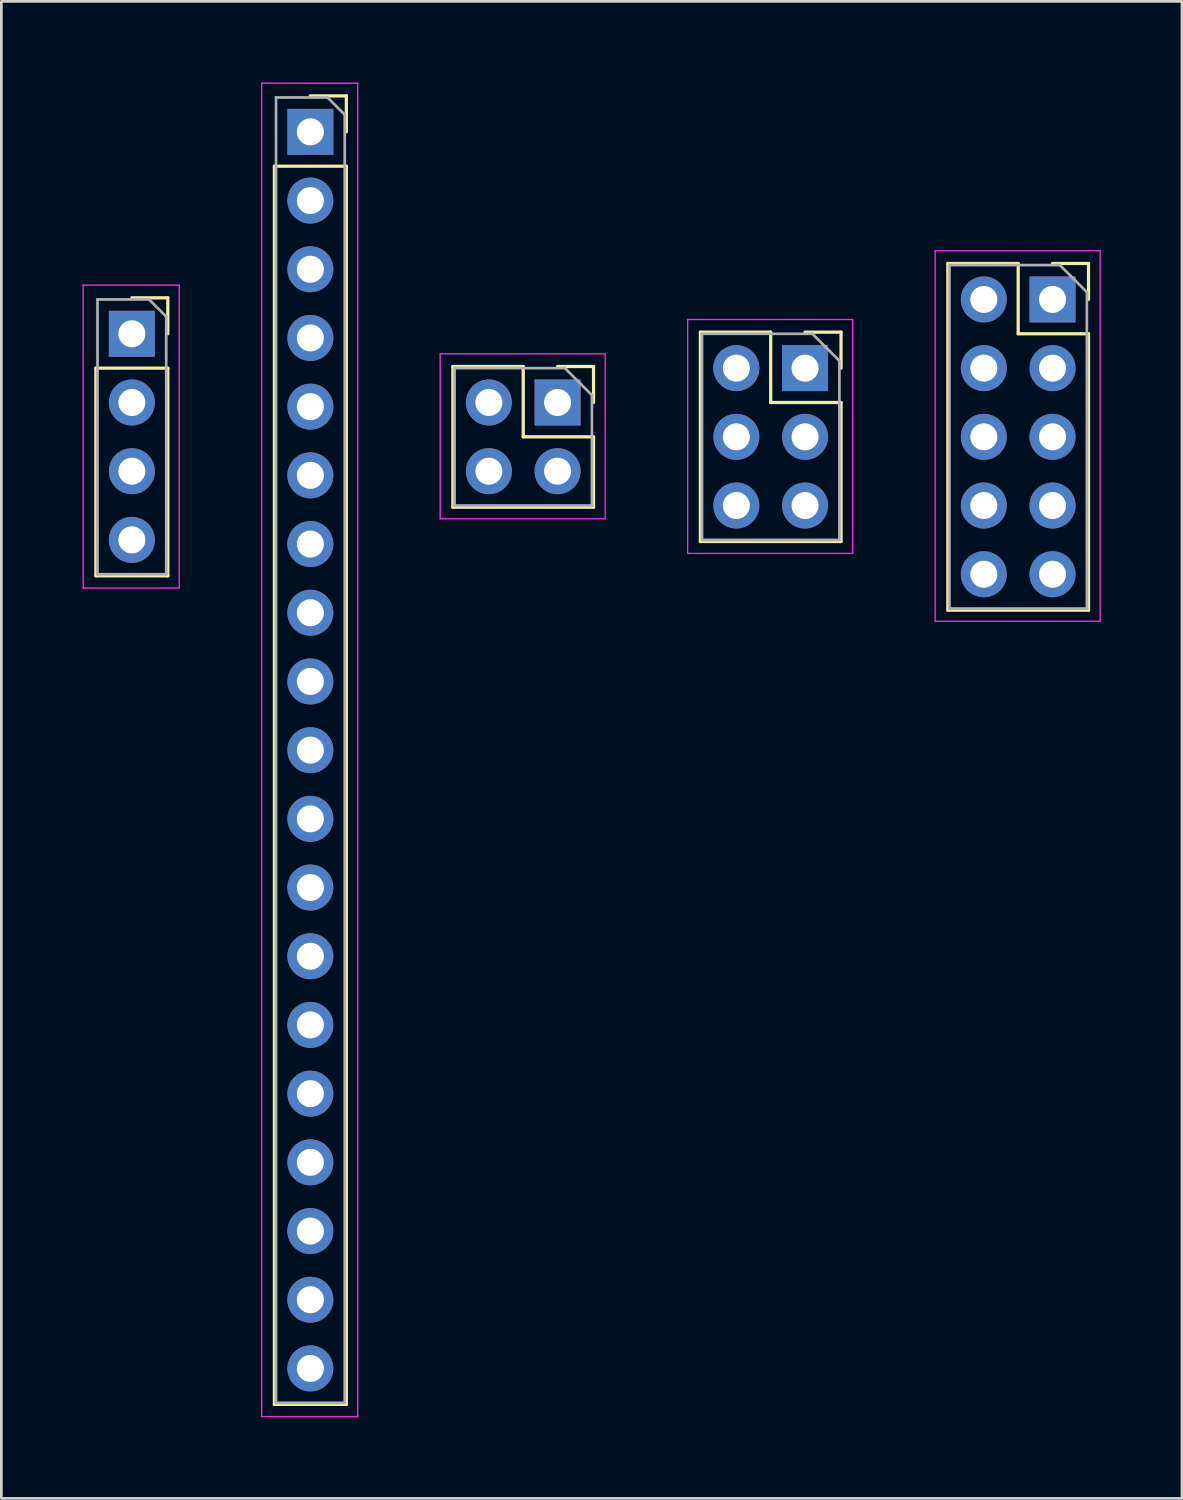
<source format=kicad_pcb>
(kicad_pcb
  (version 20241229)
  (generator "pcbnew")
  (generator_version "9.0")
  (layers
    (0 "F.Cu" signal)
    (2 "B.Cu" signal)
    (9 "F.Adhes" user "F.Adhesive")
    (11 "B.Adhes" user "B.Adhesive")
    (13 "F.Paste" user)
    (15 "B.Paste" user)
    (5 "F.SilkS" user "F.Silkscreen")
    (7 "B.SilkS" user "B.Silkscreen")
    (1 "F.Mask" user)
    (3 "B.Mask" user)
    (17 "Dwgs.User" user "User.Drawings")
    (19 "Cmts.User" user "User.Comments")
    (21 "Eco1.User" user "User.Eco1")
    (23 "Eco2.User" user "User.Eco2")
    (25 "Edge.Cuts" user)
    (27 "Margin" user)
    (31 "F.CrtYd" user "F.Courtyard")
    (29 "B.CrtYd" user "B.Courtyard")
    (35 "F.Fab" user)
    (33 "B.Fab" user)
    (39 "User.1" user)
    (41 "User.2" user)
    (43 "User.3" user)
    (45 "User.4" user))
  (footprint "PinSocket_1x19_P2.54mm_Vertical"
    (layer "F.Cu")
    (at 8.425 1.825)
    (property "Reference" "PinSocket_1x19_P2.54mm_Vertical" (at 0 -2.77 0) (layer "User.7") (effects (font (size 1 1) (thickness 0.15))))
    (attr through_hole)
    (fp_line (start -1.33 1.27) (end -1.33 47.05) (stroke (width 0.12) (type solid)) (layer "F.SilkS"))
    (fp_line (start -1.33 1.27) (end 1.33 1.27) (stroke (width 0.12) (type solid)) (layer "F.SilkS"))
    (fp_line (start -1.33 47.05) (end 1.33 47.05) (stroke (width 0.12) (type solid)) (layer "F.SilkS"))
    (fp_line (start 0 -1.33) (end 1.33 -1.33) (stroke (width 0.12) (type solid)) (layer "F.SilkS"))
    (fp_line (start 1.33 -1.33) (end 1.33 0) (stroke (width 0.12) (type solid)) (layer "F.SilkS"))
    (fp_line (start 1.33 1.27) (end 1.33 47.05) (stroke (width 0.12) (type solid)) (layer "F.SilkS"))
    (fp_line (start -1.8 -1.8) (end 1.75 -1.8) (stroke (width 0.05) (type solid)) (layer "F.CrtYd"))
    (fp_line (start -1.8 47.5) (end -1.8 -1.8) (stroke (width 0.05) (type solid)) (layer "F.CrtYd"))
    (fp_line (start 1.75 -1.8) (end 1.75 47.5) (stroke (width 0.05) (type solid)) (layer "F.CrtYd"))
    (fp_line (start 1.75 47.5) (end -1.8 47.5) (stroke (width 0.05) (type solid)) (layer "F.CrtYd"))
    (fp_line (start -1.27 -1.27) (end 0.635 -1.27) (stroke (width 0.1) (type solid)) (layer "F.Fab"))
    (fp_line (start -1.27 46.99) (end -1.27 -1.27) (stroke (width 0.1) (type solid)) (layer "F.Fab"))
    (fp_line (start 0.635 -1.27) (end 1.27 -0.635) (stroke (width 0.1) (type solid)) (layer "F.Fab"))
    (fp_line (start 1.27 -0.635) (end 1.27 46.99) (stroke (width 0.1) (type solid)) (layer "F.Fab"))
    (fp_line (start 1.27 46.99) (end -1.27 46.99) (stroke (width 0.1) (type solid)) (layer "F.Fab"))
    (fp_text user "${REFERENCE}" (at 0 22.86 90) (layer "User.3") (effects (font (size 1 1) (thickness 0.15))))
    (pad "1" thru_hole rect (at 0 0) (size 1.7 1.7) (drill 1) (layers "*.Cu" "*.Mask"))
    (pad "2" thru_hole oval (at 0 2.54) (size 1.7 1.7) (drill 1) (layers "*.Cu" "*.Mask"))
    (pad "3" thru_hole oval (at 0 5.08) (size 1.7 1.7) (drill 1) (layers "*.Cu" "*.Mask"))
    (pad "4" thru_hole oval (at 0 7.62) (size 1.7 1.7) (drill 1) (layers "*.Cu" "*.Mask"))
    (pad "5" thru_hole oval (at 0 10.16) (size 1.7 1.7) (drill 1) (layers "*.Cu" "*.Mask"))
    (pad "6" thru_hole oval (at 0 12.7) (size 1.7 1.7) (drill 1) (layers "*.Cu" "*.Mask"))
    (pad "7" thru_hole oval (at 0 15.24) (size 1.7 1.7) (drill 1) (layers "*.Cu" "*.Mask"))
    (pad "8" thru_hole oval (at 0 17.78) (size 1.7 1.7) (drill 1) (layers "*.Cu" "*.Mask"))
    (pad "9" thru_hole oval (at 0 20.32) (size 1.7 1.7) (drill 1) (layers "*.Cu" "*.Mask"))
    (pad "10" thru_hole oval (at 0 22.86) (size 1.7 1.7) (drill 1) (layers "*.Cu" "*.Mask"))
    (pad "11" thru_hole oval (at 0 25.4) (size 1.7 1.7) (drill 1) (layers "*.Cu" "*.Mask"))
    (pad "12" thru_hole oval (at 0 27.94) (size 1.7 1.7) (drill 1) (layers "*.Cu" "*.Mask"))
    (pad "13" thru_hole oval (at 0 30.48) (size 1.7 1.7) (drill 1) (layers "*.Cu" "*.Mask"))
    (pad "14" thru_hole oval (at 0 33.02) (size 1.7 1.7) (drill 1) (layers "*.Cu" "*.Mask"))
    (pad "15" thru_hole oval (at 0 35.56) (size 1.7 1.7) (drill 1) (layers "*.Cu" "*.Mask"))
    (pad "16" thru_hole oval (at 0 38.1) (size 1.7 1.7) (drill 1) (layers "*.Cu" "*.Mask"))
    (pad "17" thru_hole oval (at 0 40.64) (size 1.7 1.7) (drill 1) (layers "*.Cu" "*.Mask"))
    (pad "18" thru_hole oval (at 0 43.18) (size 1.7 1.7) (drill 1) (layers "*.Cu" "*.Mask"))
    (pad "19" thru_hole oval (at 0 45.72) (size 1.7 1.7) (drill 1) (layers "*.Cu" "*.Mask")))
  (footprint "PinSocket_1x04_P2.54mm_Vertical"
    (layer "F.Cu")
    (at 1.825 9.291)
    (property "Reference" "PinSocket_1x04_P2.54mm_Vertical" (at 0 -2.77 180) (layer "User.7") (effects (font (size 1 1) (thickness 0.15))))
    (attr through_hole)
    (fp_line (start -1.33 1.27) (end -1.33 8.95) (stroke (width 0.12) (type solid)) (layer "F.SilkS"))
    (fp_line (start -1.33 1.27) (end 1.33 1.27) (stroke (width 0.12) (type solid)) (layer "F.SilkS"))
    (fp_line (start -1.33 8.95) (end 1.33 8.95) (stroke (width 0.12) (type solid)) (layer "F.SilkS"))
    (fp_line (start 0 -1.33) (end 1.33 -1.33) (stroke (width 0.12) (type solid)) (layer "F.SilkS"))
    (fp_line (start 1.33 -1.33) (end 1.33 0) (stroke (width 0.12) (type solid)) (layer "F.SilkS"))
    (fp_line (start 1.33 1.27) (end 1.33 8.95) (stroke (width 0.12) (type solid)) (layer "F.SilkS"))
    (fp_line (start -1.8 -1.8) (end 1.75 -1.8) (stroke (width 0.05) (type solid)) (layer "F.CrtYd"))
    (fp_line (start -1.8 9.4) (end -1.8 -1.8) (stroke (width 0.05) (type solid)) (layer "F.CrtYd"))
    (fp_line (start 1.75 -1.8) (end 1.75 9.4) (stroke (width 0.05) (type solid)) (layer "F.CrtYd"))
    (fp_line (start 1.75 9.4) (end -1.8 9.4) (stroke (width 0.05) (type solid)) (layer "F.CrtYd"))
    (fp_line (start -1.27 -1.27) (end 0.635 -1.27) (stroke (width 0.1) (type solid)) (layer "F.Fab"))
    (fp_line (start -1.27 8.89) (end -1.27 -1.27) (stroke (width 0.1) (type solid)) (layer "F.Fab"))
    (fp_line (start 0.635 -1.27) (end 1.27 -0.635) (stroke (width 0.1) (type solid)) (layer "F.Fab"))
    (fp_line (start 1.27 -0.635) (end 1.27 8.89) (stroke (width 0.1) (type solid)) (layer "F.Fab"))
    (fp_line (start 1.27 8.89) (end -1.27 8.89) (stroke (width 0.1) (type solid)) (layer "F.Fab"))
    (fp_text user "${REFERENCE}" (at 0 3.81 90) (layer "User.3") (effects (font (size 1 1) (thickness 0.15))))
    (pad "1" thru_hole rect (at 0 0) (size 1.7 1.7) (drill 1) (layers "*.Cu" "*.Mask"))
    (pad "2" thru_hole oval (at 0 2.54) (size 1.7 1.7) (drill 1) (layers "*.Cu" "*.Mask"))
    (pad "3" thru_hole oval (at 0 5.08) (size 1.7 1.7) (drill 1) (layers "*.Cu" "*.Mask"))
    (pad "4" thru_hole oval (at 0 7.62) (size 1.7 1.7) (drill 1) (layers "*.Cu" "*.Mask")))
  (footprint "PinSocket_2x05_P2.54mm_Vertical"
    (layer "F.Cu")
    (at 35.865 8.021)
    (property "Reference" "PinSocket_2x05_P2.54mm_Vertical" (at -1.27 -2.77 0) (layer "User.7") (effects (font (size 1 1) (thickness 0.15))))
    (attr through_hole)
    (fp_line (start -3.87 -1.33) (end -3.87 11.49) (stroke (width 0.12) (type solid)) (layer "F.SilkS"))
    (fp_line (start -3.87 -1.33) (end -1.27 -1.33) (stroke (width 0.12) (type solid)) (layer "F.SilkS"))
    (fp_line (start -3.87 11.49) (end 1.33 11.49) (stroke (width 0.12) (type solid)) (layer "F.SilkS"))
    (fp_line (start -1.27 -1.33) (end -1.27 1.27) (stroke (width 0.12) (type solid)) (layer "F.SilkS"))
    (fp_line (start -1.27 1.27) (end 1.33 1.27) (stroke (width 0.12) (type solid)) (layer "F.SilkS"))
    (fp_line (start 0 -1.33) (end 1.33 -1.33) (stroke (width 0.12) (type solid)) (layer "F.SilkS"))
    (fp_line (start 1.33 -1.33) (end 1.33 0) (stroke (width 0.12) (type solid)) (layer "F.SilkS"))
    (fp_line (start 1.33 1.27) (end 1.33 11.49) (stroke (width 0.12) (type solid)) (layer "F.SilkS"))
    (fp_line (start -4.34 -1.8) (end 1.76 -1.8) (stroke (width 0.05) (type solid)) (layer "F.CrtYd"))
    (fp_line (start -4.34 11.9) (end -4.34 -1.8) (stroke (width 0.05) (type solid)) (layer "F.CrtYd"))
    (fp_line (start 1.76 -1.8) (end 1.76 11.9) (stroke (width 0.05) (type solid)) (layer "F.CrtYd"))
    (fp_line (start 1.76 11.9) (end -4.34 11.9) (stroke (width 0.05) (type solid)) (layer "F.CrtYd"))
    (fp_line (start -3.81 -1.27) (end 0.27 -1.27) (stroke (width 0.1) (type solid)) (layer "F.Fab"))
    (fp_line (start -3.81 11.43) (end -3.81 -1.27) (stroke (width 0.1) (type solid)) (layer "F.Fab"))
    (fp_line (start 0.27 -1.27) (end 1.27 -0.27) (stroke (width 0.1) (type solid)) (layer "F.Fab"))
    (fp_line (start 1.27 -0.27) (end 1.27 11.43) (stroke (width 0.1) (type solid)) (layer "F.Fab"))
    (fp_line (start 1.27 11.43) (end -3.81 11.43) (stroke (width 0.1) (type solid)) (layer "F.Fab"))
    (fp_text user "${REFERENCE}" (at -1.27 5.08 270) (layer "User.3") (effects (font (size 1 1) (thickness 0.15))))
    (pad "1" thru_hole rect (at 0 0) (size 1.7 1.7) (drill 1) (layers "*.Cu" "*.Mask"))
    (pad "2" thru_hole oval (at -2.54 0) (size 1.7 1.7) (drill 1) (layers "*.Cu" "*.Mask"))
    (pad "3" thru_hole oval (at 0 2.54) (size 1.7 1.7) (drill 1) (layers "*.Cu" "*.Mask"))
    (pad "4" thru_hole oval (at -2.54 2.54) (size 1.7 1.7) (drill 1) (layers "*.Cu" "*.Mask"))
    (pad "5" thru_hole oval (at 0 5.08) (size 1.7 1.7) (drill 1) (layers "*.Cu" "*.Mask"))
    (pad "6" thru_hole oval (at -2.54 5.08) (size 1.7 1.7) (drill 1) (layers "*.Cu" "*.Mask"))
    (pad "7" thru_hole oval (at 0 7.62) (size 1.7 1.7) (drill 1) (layers "*.Cu" "*.Mask"))
    (pad "8" thru_hole oval (at -2.54 7.62) (size 1.7 1.7) (drill 1) (layers "*.Cu" "*.Mask"))
    (pad "9" thru_hole oval (at 0 10.16) (size 1.7 1.7) (drill 1) (layers "*.Cu" "*.Mask"))
    (pad "10" thru_hole oval (at -2.54 10.16) (size 1.7 1.7) (drill 1) (layers "*.Cu" "*.Mask")))
  (footprint "PinSocket_2x03_P2.54mm_Vertical"
    (layer "F.Cu")
    (at 26.715 10.561)
    (property "Reference" "PinSocket_2x03_P2.54mm_Vertical" (at -1.27 -2.77 0) (layer "User.7") (effects (font (size 1 1) (thickness 0.15))))
    (attr through_hole)
    (fp_line (start -3.87 -1.33) (end -3.87 6.41) (stroke (width 0.12) (type solid)) (layer "F.SilkS"))
    (fp_line (start -3.87 -1.33) (end -1.27 -1.33) (stroke (width 0.12) (type solid)) (layer "F.SilkS"))
    (fp_line (start -3.87 6.41) (end 1.33 6.41) (stroke (width 0.12) (type solid)) (layer "F.SilkS"))
    (fp_line (start -1.27 -1.33) (end -1.27 1.27) (stroke (width 0.12) (type solid)) (layer "F.SilkS"))
    (fp_line (start -1.27 1.27) (end 1.33 1.27) (stroke (width 0.12) (type solid)) (layer "F.SilkS"))
    (fp_line (start 0 -1.33) (end 1.33 -1.33) (stroke (width 0.12) (type solid)) (layer "F.SilkS"))
    (fp_line (start 1.33 -1.33) (end 1.33 0) (stroke (width 0.12) (type solid)) (layer "F.SilkS"))
    (fp_line (start 1.33 1.27) (end 1.33 6.41) (stroke (width 0.12) (type solid)) (layer "F.SilkS"))
    (fp_line (start -4.34 -1.8) (end 1.76 -1.8) (stroke (width 0.05) (type solid)) (layer "F.CrtYd"))
    (fp_line (start -4.34 6.85) (end -4.34 -1.8) (stroke (width 0.05) (type solid)) (layer "F.CrtYd"))
    (fp_line (start 1.76 -1.8) (end 1.76 6.85) (stroke (width 0.05) (type solid)) (layer "F.CrtYd"))
    (fp_line (start 1.76 6.85) (end -4.34 6.85) (stroke (width 0.05) (type solid)) (layer "F.CrtYd"))
    (fp_line (start -3.81 -1.27) (end 0.27 -1.27) (stroke (width 0.1) (type solid)) (layer "F.Fab"))
    (fp_line (start -3.81 6.35) (end -3.81 -1.27) (stroke (width 0.1) (type solid)) (layer "F.Fab"))
    (fp_line (start 0.27 -1.27) (end 1.27 -0.27) (stroke (width 0.1) (type solid)) (layer "F.Fab"))
    (fp_line (start 1.27 -0.27) (end 1.27 6.35) (stroke (width 0.1) (type solid)) (layer "F.Fab"))
    (fp_line (start 1.27 6.35) (end -3.81 6.35) (stroke (width 0.1) (type solid)) (layer "F.Fab"))
    (fp_text user "${REFERENCE}" (at -1.27 2.54 90) (layer "User.3") (effects (font (size 1 1) (thickness 0.15))))
    (pad "1" thru_hole rect (at 0 0) (size 1.7 1.7) (drill 1) (layers "*.Cu" "*.Mask"))
    (pad "2" thru_hole oval (at -2.54 0) (size 1.7 1.7) (drill 1) (layers "*.Cu" "*.Mask"))
    (pad "3" thru_hole oval (at 0 2.54) (size 1.7 1.7) (drill 1) (layers "*.Cu" "*.Mask"))
    (pad "4" thru_hole oval (at -2.54 2.54) (size 1.7 1.7) (drill 1) (layers "*.Cu" "*.Mask"))
    (pad "5" thru_hole oval (at 0 5.08) (size 1.7 1.7) (drill 1) (layers "*.Cu" "*.Mask"))
    (pad "6" thru_hole oval (at -2.54 5.08) (size 1.7 1.7) (drill 1) (layers "*.Cu" "*.Mask")))
  (footprint "PinSocket_2x02_P2.54mm_Vertical"
    (layer "F.Cu")
    (at 17.565 11.831)
    (property "Reference" "PinSocket_2x02_P2.54mm_Vertical" (at -1.27 -2.77 0) (layer "User.7") (effects (font (size 1 1) (thickness 0.15))))
    (attr through_hole)
    (fp_line (start -3.87 -1.33) (end -3.87 3.87) (stroke (width 0.12) (type solid)) (layer "F.SilkS"))
    (fp_line (start -3.87 -1.33) (end -1.27 -1.33) (stroke (width 0.12) (type solid)) (layer "F.SilkS"))
    (fp_line (start -3.87 3.87) (end 1.33 3.87) (stroke (width 0.12) (type solid)) (layer "F.SilkS"))
    (fp_line (start -1.27 -1.33) (end -1.27 1.27) (stroke (width 0.12) (type solid)) (layer "F.SilkS"))
    (fp_line (start -1.27 1.27) (end 1.33 1.27) (stroke (width 0.12) (type solid)) (layer "F.SilkS"))
    (fp_line (start 0 -1.33) (end 1.33 -1.33) (stroke (width 0.12) (type solid)) (layer "F.SilkS"))
    (fp_line (start 1.33 -1.33) (end 1.33 0) (stroke (width 0.12) (type solid)) (layer "F.SilkS"))
    (fp_line (start 1.33 1.27) (end 1.33 3.87) (stroke (width 0.12) (type solid)) (layer "F.SilkS"))
    (fp_line (start -4.34 -1.8) (end 1.76 -1.8) (stroke (width 0.05) (type solid)) (layer "F.CrtYd"))
    (fp_line (start -4.34 4.3) (end -4.34 -1.8) (stroke (width 0.05) (type solid)) (layer "F.CrtYd"))
    (fp_line (start 1.76 -1.8) (end 1.76 4.3) (stroke (width 0.05) (type solid)) (layer "F.CrtYd"))
    (fp_line (start 1.76 4.3) (end -4.34 4.3) (stroke (width 0.05) (type solid)) (layer "F.CrtYd"))
    (fp_line (start -3.81 -1.27) (end 0.27 -1.27) (stroke (width 0.1) (type solid)) (layer "F.Fab"))
    (fp_line (start -3.81 3.81) (end -3.81 -1.27) (stroke (width 0.1) (type solid)) (layer "F.Fab"))
    (fp_line (start 0.27 -1.27) (end 1.27 -0.27) (stroke (width 0.1) (type solid)) (layer "F.Fab"))
    (fp_line (start 1.27 -0.27) (end 1.27 3.81) (stroke (width 0.1) (type solid)) (layer "F.Fab"))
    (fp_line (start 1.27 3.81) (end -3.81 3.81) (stroke (width 0.1) (type solid)) (layer "F.Fab"))
    (fp_text user "${REFERENCE}" (at -1.27 1.27 270) (layer "User.3") (effects (font (size 1 1) (thickness 0.15))))
    (pad "1" thru_hole rect (at 0 0) (size 1.7 1.7) (drill 1) (layers "*.Cu" "*.Mask"))
    (pad "2" thru_hole oval (at -2.54 0) (size 1.7 1.7) (drill 1) (layers "*.Cu" "*.Mask"))
    (pad "3" thru_hole oval (at 0 2.54) (size 1.7 1.7) (drill 1) (layers "*.Cu" "*.Mask"))
    (pad "4" thru_hole oval (at -2.54 2.54) (size 1.7 1.7) (drill 1) (layers "*.Cu" "*.Mask")))
  (gr_rect
    (start -3 -3)
    (end 40.65 52.35)
    (stroke (width 0.1) (type default))
    (fill no)
    (layer "Edge.Cuts")))
</source>
